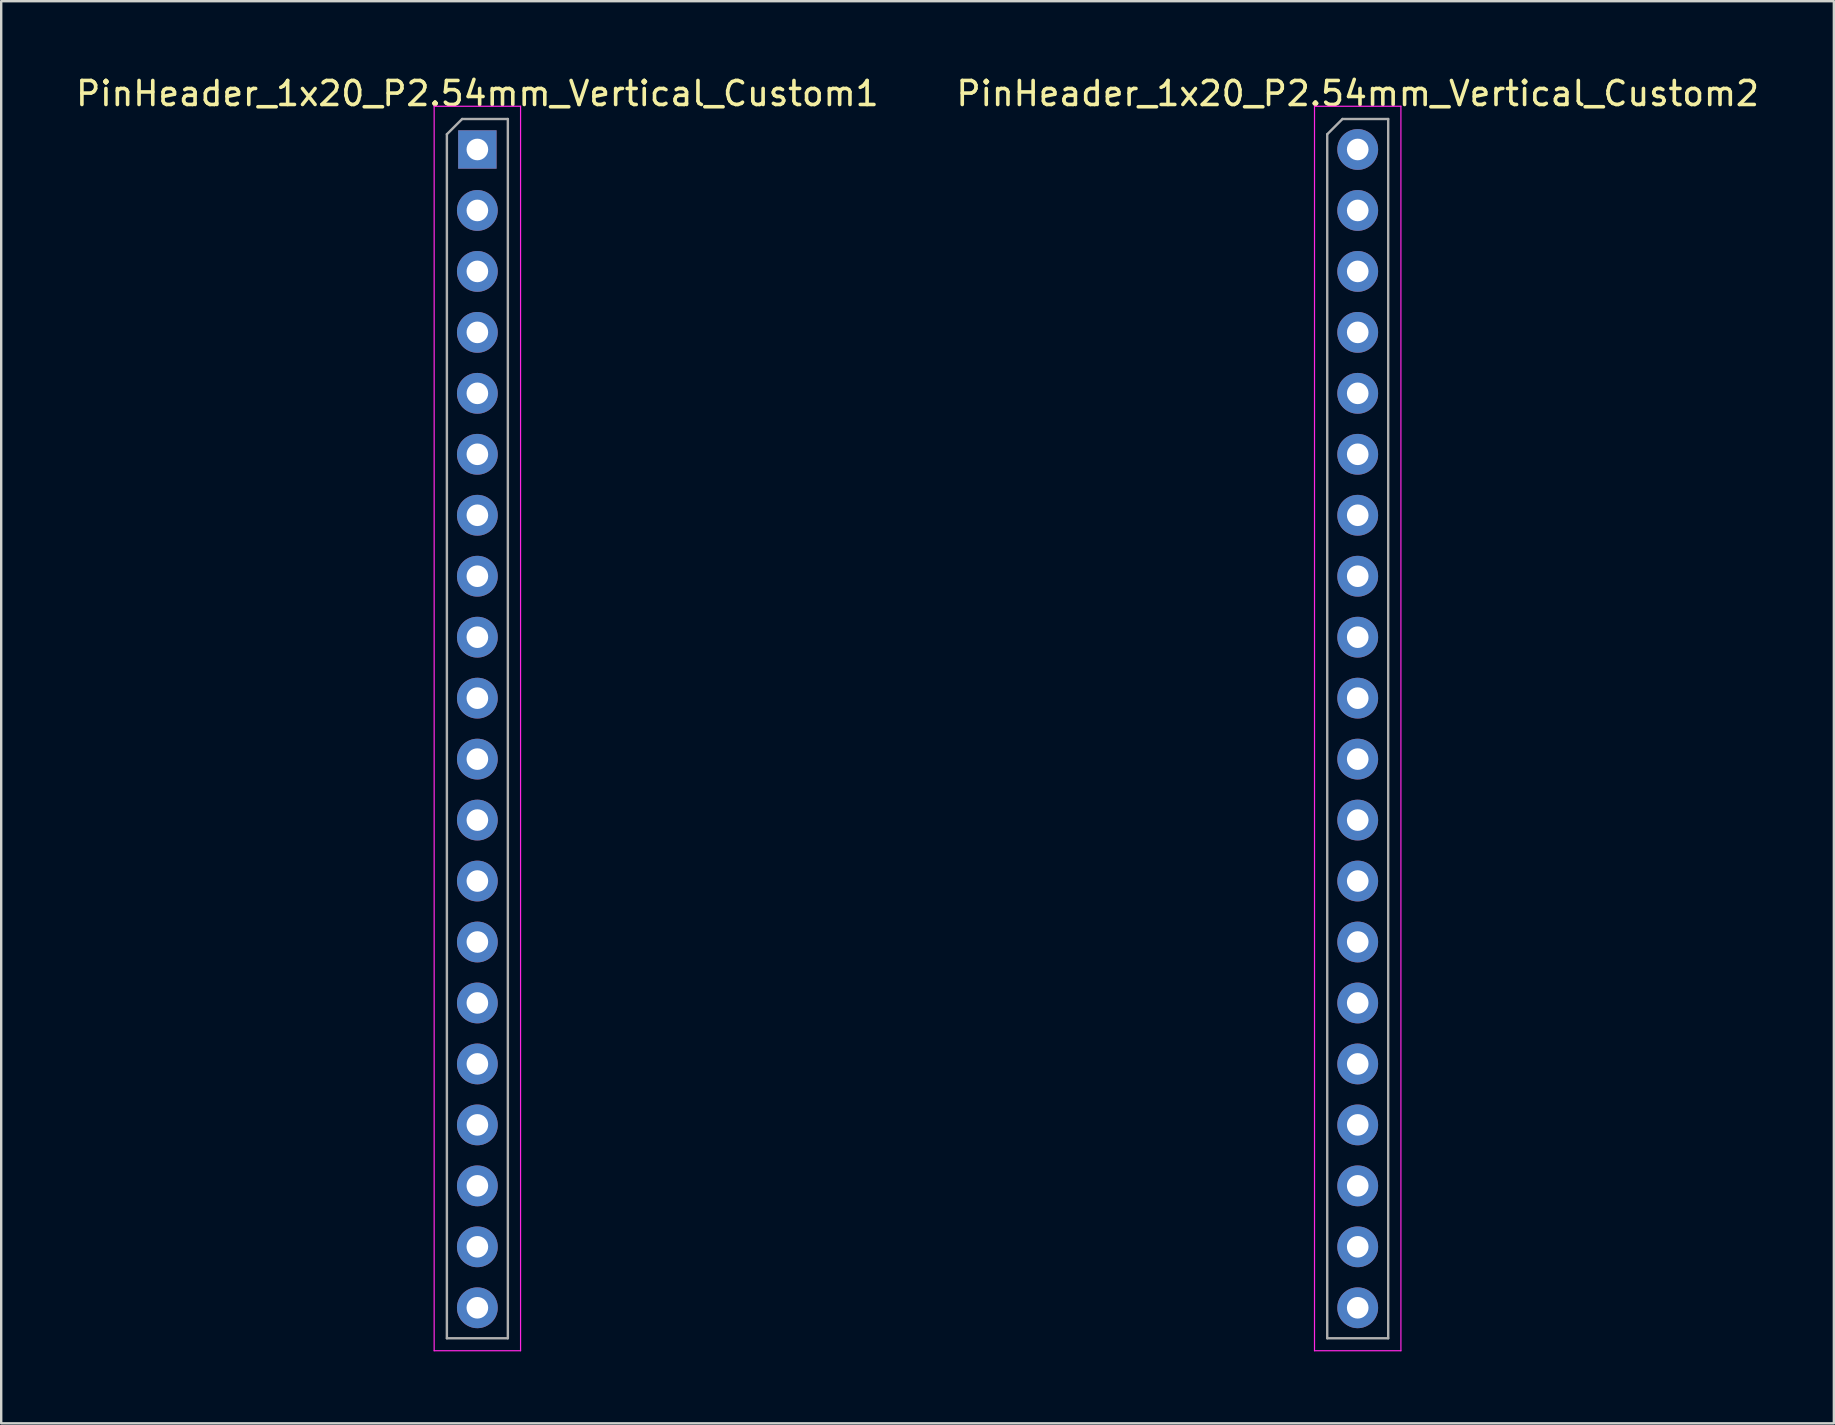
<source format=kicad_pcb>
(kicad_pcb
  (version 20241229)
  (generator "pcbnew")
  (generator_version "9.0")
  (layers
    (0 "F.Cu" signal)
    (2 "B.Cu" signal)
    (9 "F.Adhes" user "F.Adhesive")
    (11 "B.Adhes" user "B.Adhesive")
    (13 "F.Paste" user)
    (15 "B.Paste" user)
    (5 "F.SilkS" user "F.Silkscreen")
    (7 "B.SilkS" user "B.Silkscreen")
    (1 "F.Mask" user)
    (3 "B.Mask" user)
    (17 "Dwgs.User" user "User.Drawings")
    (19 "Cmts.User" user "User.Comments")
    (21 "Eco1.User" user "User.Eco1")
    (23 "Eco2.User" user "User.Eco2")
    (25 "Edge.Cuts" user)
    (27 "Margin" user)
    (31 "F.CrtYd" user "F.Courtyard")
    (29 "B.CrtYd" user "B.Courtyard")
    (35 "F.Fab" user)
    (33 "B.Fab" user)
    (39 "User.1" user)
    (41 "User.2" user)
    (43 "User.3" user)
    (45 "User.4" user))
  (footprint "PinHeader_1x20_P2.54mm_Vertical_Custom2"
    (layer "F.Cu")
    (at 53.518 3.178)
    (property "Reference" "PinHeader_1x20_P2.54mm_Vertical_Custom2" (at 0 -2.33 0) (layer "F.SilkS") (effects (font (size 1 1) (thickness 0.15))))
    (attr through_hole)
    (fp_line (start -1.8 -1.8) (end -1.8 50.05) (stroke (width 0.05) (type solid)) (layer "F.CrtYd"))
    (fp_line (start -1.8 50.05) (end 1.8 50.05) (stroke (width 0.05) (type solid)) (layer "F.CrtYd"))
    (fp_line (start 1.8 -1.8) (end -1.8 -1.8) (stroke (width 0.05) (type solid)) (layer "F.CrtYd"))
    (fp_line (start 1.8 50.05) (end 1.8 -1.8) (stroke (width 0.05) (type solid)) (layer "F.CrtYd"))
    (fp_line (start -1.27 -0.635) (end -0.635 -1.27) (stroke (width 0.1) (type solid)) (layer "F.Fab"))
    (fp_line (start -1.27 49.53) (end -1.27 -0.635) (stroke (width 0.1) (type solid)) (layer "F.Fab"))
    (fp_line (start -0.635 -1.27) (end 1.27 -1.27) (stroke (width 0.1) (type solid)) (layer "F.Fab"))
    (fp_line (start 1.27 -1.27) (end 1.27 49.53) (stroke (width 0.1) (type solid)) (layer "F.Fab"))
    (fp_line (start 1.27 49.53) (end -1.27 49.53) (stroke (width 0.1) (type solid)) (layer "F.Fab"))
    (pad "1" thru_hole oval (at 0 0) (size 1.7 1.7) (drill 0.9) (layers "*.Cu" "*.Mask"))
    (pad "2" thru_hole oval (at 0 2.54) (size 1.7 1.7) (drill 0.9) (layers "*.Cu" "*.Mask"))
    (pad "3" thru_hole oval (at 0 5.08) (size 1.7 1.7) (drill 0.9) (layers "*.Cu" "*.Mask"))
    (pad "4" thru_hole oval (at 0 7.62) (size 1.7 1.7) (drill 0.9) (layers "*.Cu" "*.Mask"))
    (pad "5" thru_hole oval (at 0 10.16) (size 1.7 1.7) (drill 0.9) (layers "*.Cu" "*.Mask"))
    (pad "6" thru_hole oval (at 0 12.7) (size 1.7 1.7) (drill 0.9) (layers "*.Cu" "*.Mask"))
    (pad "7" thru_hole oval (at 0 15.24) (size 1.7 1.7) (drill 0.9) (layers "*.Cu" "*.Mask"))
    (pad "8" thru_hole oval (at 0 17.78) (size 1.7 1.7) (drill 0.9) (layers "*.Cu" "*.Mask"))
    (pad "9" thru_hole oval (at 0 20.32) (size 1.7 1.7) (drill 0.9) (layers "*.Cu" "*.Mask"))
    (pad "10" thru_hole oval (at 0 22.86) (size 1.7 1.7) (drill 0.9) (layers "*.Cu" "*.Mask"))
    (pad "11" thru_hole oval (at 0 25.4) (size 1.7 1.7) (drill 0.9) (layers "*.Cu" "*.Mask"))
    (pad "12" thru_hole oval (at 0 27.94) (size 1.7 1.7) (drill 0.9) (layers "*.Cu" "*.Mask"))
    (pad "13" thru_hole oval (at 0 30.48) (size 1.7 1.7) (drill 0.9) (layers "*.Cu" "*.Mask"))
    (pad "14" thru_hole oval (at 0 33.02) (size 1.7 1.7) (drill 0.9) (layers "*.Cu" "*.Mask"))
    (pad "15" thru_hole oval (at 0 35.56) (size 1.7 1.7) (drill 0.9) (layers "*.Cu" "*.Mask"))
    (pad "16" thru_hole oval (at 0 38.1) (size 1.7 1.7) (drill 0.9) (layers "*.Cu" "*.Mask"))
    (pad "17" thru_hole oval (at 0 40.64) (size 1.7 1.7) (drill 0.9) (layers "*.Cu" "*.Mask"))
    (pad "18" thru_hole oval (at 0 43.18) (size 1.7 1.7) (drill 0.9) (layers "*.Cu" "*.Mask"))
    (pad "19" thru_hole oval (at 0 45.72) (size 1.7 1.7) (drill 0.9) (layers "*.Cu" "*.Mask"))
    (pad "20" thru_hole oval (at 0 48.26) (size 1.7 1.7) (drill 0.9) (layers "*.Cu" "*.Mask")))
  (footprint "PinHeader_1x20_P2.54mm_Vertical_Custom1"
    (layer "F.Cu")
    (at 16.839 3.178)
    (property "Reference" "PinHeader_1x20_P2.54mm_Vertical_Custom1" (at 0 -2.33 0) (layer "F.SilkS") (effects (font (size 1 1) (thickness 0.15))))
    (attr through_hole)
    (fp_line (start -1.8 -1.8) (end -1.8 50.05) (stroke (width 0.05) (type solid)) (layer "F.CrtYd"))
    (fp_line (start -1.8 50.05) (end 1.8 50.05) (stroke (width 0.05) (type solid)) (layer "F.CrtYd"))
    (fp_line (start 1.8 -1.8) (end -1.8 -1.8) (stroke (width 0.05) (type solid)) (layer "F.CrtYd"))
    (fp_line (start 1.8 50.05) (end 1.8 -1.8) (stroke (width 0.05) (type solid)) (layer "F.CrtYd"))
    (fp_line (start -1.27 -0.635) (end -0.635 -1.27) (stroke (width 0.1) (type solid)) (layer "F.Fab"))
    (fp_line (start -1.27 49.53) (end -1.27 -0.635) (stroke (width 0.1) (type solid)) (layer "F.Fab"))
    (fp_line (start -0.635 -1.27) (end 1.27 -1.27) (stroke (width 0.1) (type solid)) (layer "F.Fab"))
    (fp_line (start 1.27 -1.27) (end 1.27 49.53) (stroke (width 0.1) (type solid)) (layer "F.Fab"))
    (fp_line (start 1.27 49.53) (end -1.27 49.53) (stroke (width 0.1) (type solid)) (layer "F.Fab"))
    (pad "1" thru_hole rect (at 0 0) (size 1.6 1.6) (drill 0.9) (layers "*.Cu" "*.Mask"))
    (pad "2" thru_hole oval (at 0 2.54) (size 1.7 1.7) (drill 0.9) (layers "*.Cu" "*.Mask"))
    (pad "3" thru_hole oval (at 0 5.08) (size 1.7 1.7) (drill 0.9) (layers "*.Cu" "*.Mask"))
    (pad "4" thru_hole oval (at 0 7.62) (size 1.7 1.7) (drill 0.9) (layers "*.Cu" "*.Mask"))
    (pad "5" thru_hole oval (at 0 10.16) (size 1.7 1.7) (drill 0.9) (layers "*.Cu" "*.Mask"))
    (pad "6" thru_hole oval (at 0 12.7) (size 1.7 1.7) (drill 0.9) (layers "*.Cu" "*.Mask"))
    (pad "7" thru_hole oval (at 0 15.24) (size 1.7 1.7) (drill 0.9) (layers "*.Cu" "*.Mask"))
    (pad "8" thru_hole oval (at 0 17.78) (size 1.7 1.7) (drill 0.9) (layers "*.Cu" "*.Mask"))
    (pad "9" thru_hole oval (at 0 20.32) (size 1.7 1.7) (drill 0.9) (layers "*.Cu" "*.Mask"))
    (pad "10" thru_hole oval (at 0 22.86) (size 1.7 1.7) (drill 0.9) (layers "*.Cu" "*.Mask"))
    (pad "11" thru_hole oval (at 0 25.4) (size 1.7 1.7) (drill 0.9) (layers "*.Cu" "*.Mask"))
    (pad "12" thru_hole oval (at 0 27.94) (size 1.7 1.7) (drill 0.9) (layers "*.Cu" "*.Mask"))
    (pad "13" thru_hole oval (at 0 30.48) (size 1.7 1.7) (drill 0.9) (layers "*.Cu" "*.Mask"))
    (pad "14" thru_hole oval (at 0 33.02) (size 1.7 1.7) (drill 0.9) (layers "*.Cu" "*.Mask"))
    (pad "15" thru_hole oval (at 0 35.56) (size 1.7 1.7) (drill 0.9) (layers "*.Cu" "*.Mask"))
    (pad "16" thru_hole oval (at 0 38.1) (size 1.7 1.7) (drill 0.9) (layers "*.Cu" "*.Mask"))
    (pad "17" thru_hole oval (at 0 40.64) (size 1.7 1.7) (drill 0.9) (layers "*.Cu" "*.Mask"))
    (pad "18" thru_hole oval (at 0 43.18) (size 1.7 1.7) (drill 0.9) (layers "*.Cu" "*.Mask"))
    (pad "19" thru_hole oval (at 0 45.72) (size 1.7 1.7) (drill 0.9) (layers "*.Cu" "*.Mask"))
    (pad "20" thru_hole oval (at 0 48.26) (size 1.7 1.7) (drill 0.9) (layers "*.Cu" "*.Mask")))
  (gr_rect
    (start -3 -3)
    (end 73.357 56.253)
    (stroke (width 0.1) (type default))
    (fill no)
    (layer "Edge.Cuts")))
</source>
